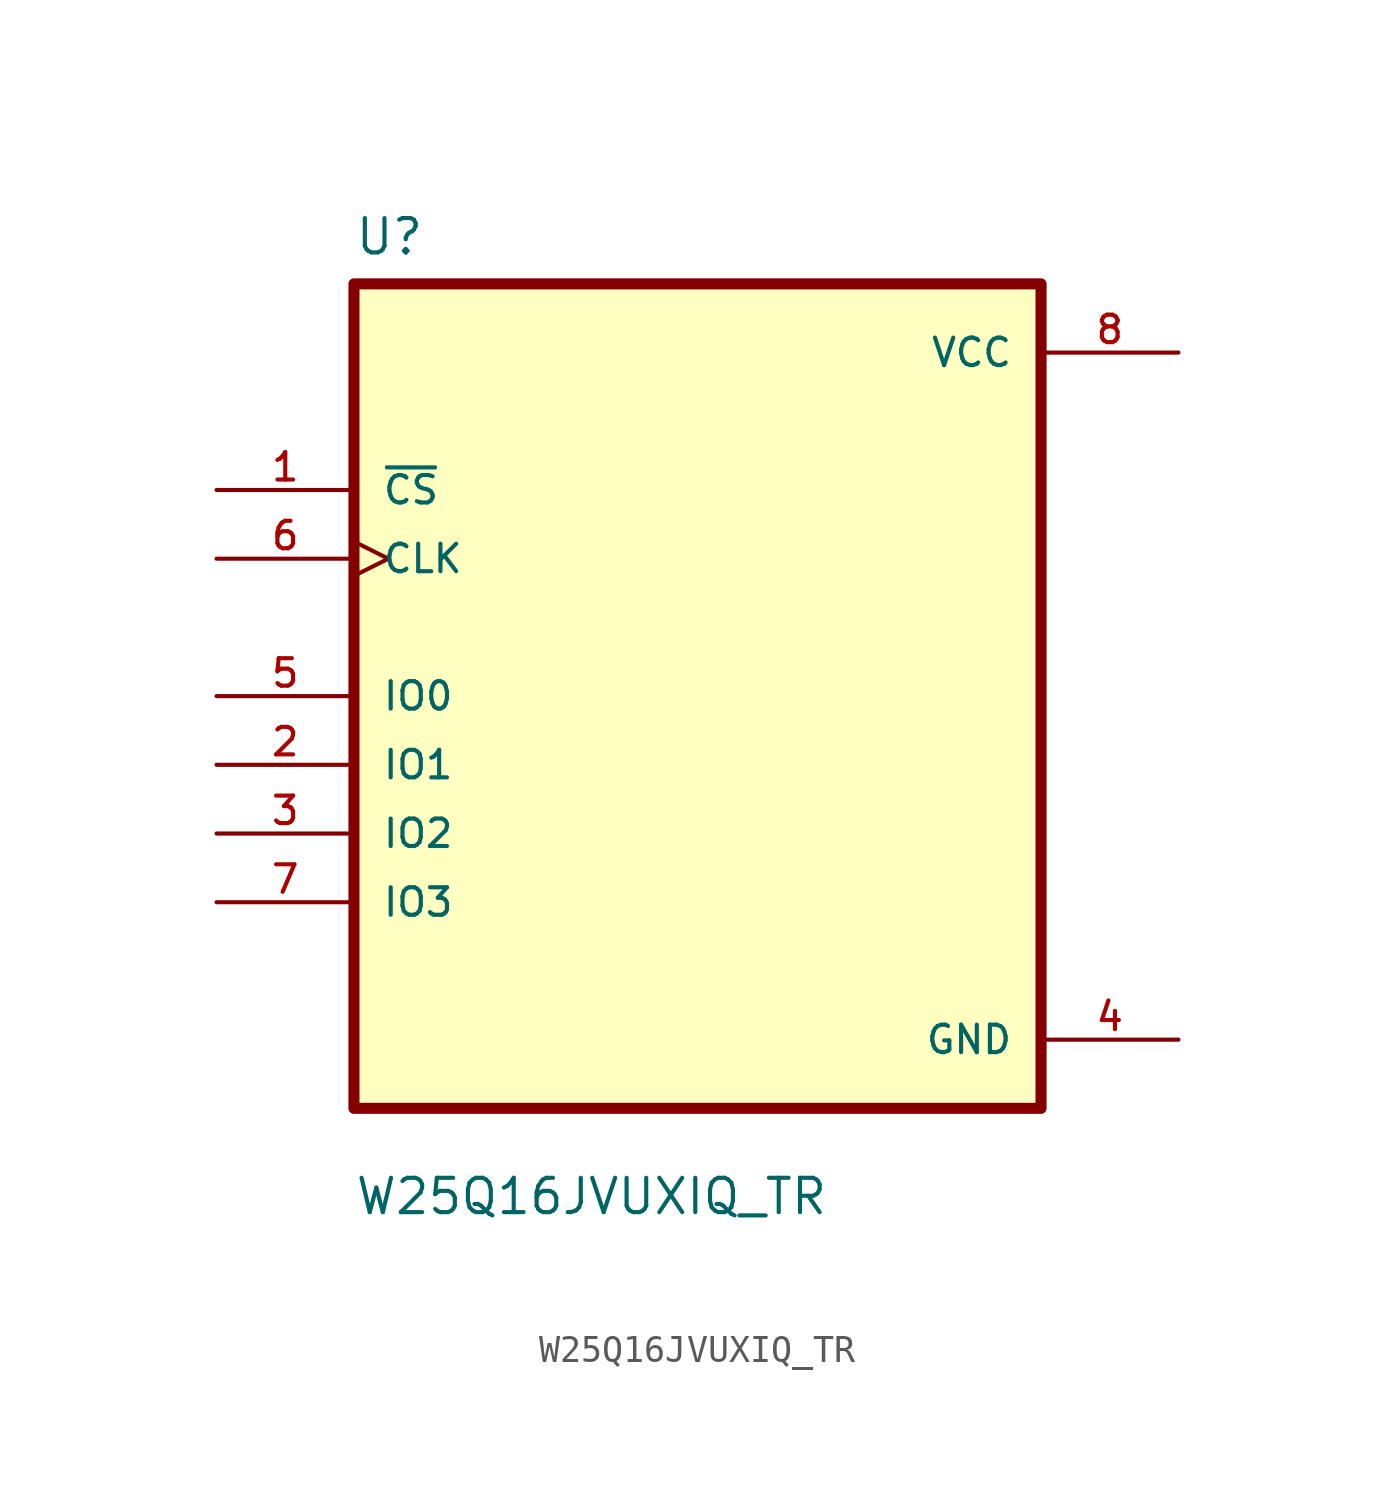
<source format=kicad_sym>
(kicad_symbol_lib
  (version 20220914)
  (generator kicad_symbol_editor)
  (symbol "W25Q16JVUXIQ_TR"
    (pin_names
      (offset 1.016))
    (property "Reference" "U"
      (at -12.7 16.24 0)
      (effects (font (size 1.27 1.27)) (justify left bottom)))
    (property "Value" "W25Q16JVUXIQ_TR"
      (at -12.7 -19.24 0)
      (effects (font (size 1.27 1.27)) (justify left bottom)))
    (symbol "W25Q16JVUXIQ_TR_0_0"
      (rectangle (start -12.7 -15.24) (end 12.7 15.24) (stroke (width 0.41) (type default)) (fill (type background)))
      (pin input line (at -17.78 7.62 0) (length 5.08) (name "~{CS}" (effects (font (size 1.016 1.016)))) (number "1" (effects (font (size 1.016 1.016)))))
      (pin bidirectional line (at -17.78 -2.54 0) (length 5.08) (name "IO1" (effects (font (size 1.016 1.016)))) (number "2" (effects (font (size 1.016 1.016)))))
      (pin bidirectional line (at -17.78 -5.08 0) (length 5.08) (name "IO2" (effects (font (size 1.016 1.016)))) (number "3" (effects (font (size 1.016 1.016)))))
      (pin power_in line (at 17.78 -12.7 180) (length 5.08) (name "GND" (effects (font (size 1.016 1.016)))) (number "4" (effects (font (size 1.016 1.016)))))
      (pin bidirectional line (at -17.78 0 0) (length 5.08) (name "IO0" (effects (font (size 1.016 1.016)))) (number "5" (effects (font (size 1.016 1.016)))))
      (pin input clock (at -17.78 5.08 0) (length 5.08) (name "CLK" (effects (font (size 1.016 1.016)))) (number "6" (effects (font (size 1.016 1.016)))))
      (pin bidirectional line (at -17.78 -7.62 0) (length 5.08) (name "IO3" (effects (font (size 1.016 1.016)))) (number "7" (effects (font (size 1.016 1.016)))))
      (pin power_in line (at 17.78 12.7 180) (length 5.08) (name "VCC" (effects (font (size 1.016 1.016)))) (number "8" (effects (font (size 1.016 1.016))))))))
</source>
